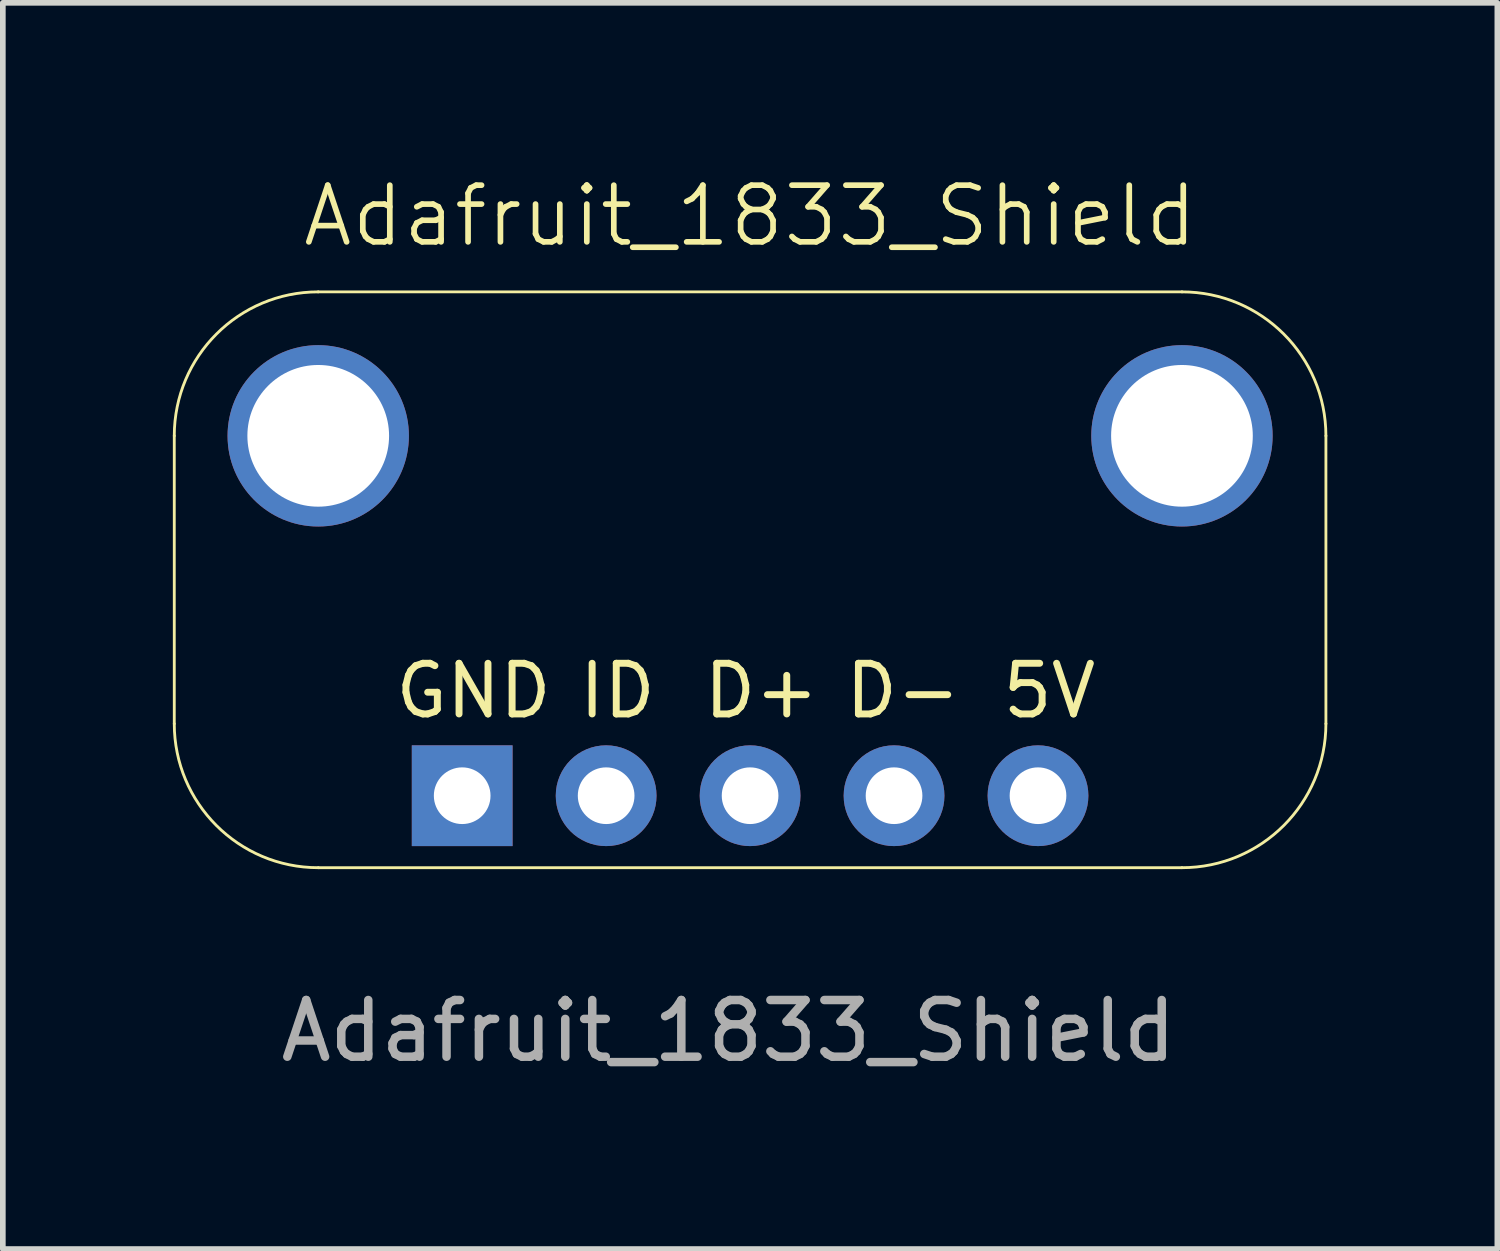
<source format=kicad_pcb>
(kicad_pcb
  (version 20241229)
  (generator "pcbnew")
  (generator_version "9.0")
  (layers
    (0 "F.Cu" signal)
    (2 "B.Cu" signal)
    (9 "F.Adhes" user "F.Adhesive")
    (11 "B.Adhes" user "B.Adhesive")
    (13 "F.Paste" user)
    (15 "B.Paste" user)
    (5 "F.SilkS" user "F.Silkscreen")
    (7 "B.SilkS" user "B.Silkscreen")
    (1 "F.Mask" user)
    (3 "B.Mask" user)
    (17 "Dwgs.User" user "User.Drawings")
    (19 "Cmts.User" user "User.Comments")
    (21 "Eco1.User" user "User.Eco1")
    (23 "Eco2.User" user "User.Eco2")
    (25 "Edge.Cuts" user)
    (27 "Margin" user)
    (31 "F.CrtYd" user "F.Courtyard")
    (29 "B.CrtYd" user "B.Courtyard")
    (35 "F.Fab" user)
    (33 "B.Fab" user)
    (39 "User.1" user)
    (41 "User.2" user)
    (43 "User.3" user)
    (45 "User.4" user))
  (footprint "Adafruit_1833_Shield"
    (layer "F.Cu")
    (at 10.185 7.24)
    (property "Reference" "Adafruit_1833_Shield" (at 0 -6.48 0) (unlocked yes) (layer "F.SilkS") (effects (font (size 1 1) (thickness 0.1))))
    (attr through_hole)
    (fp_line (start -10.16 2.48) (end -10.16 -2.6) (stroke (width 0.05) (type solid)) (layer "F.SilkS"))
    (fp_line (start -7.62 -5.14) (end 7.62 -5.14) (stroke (width 0.05) (type solid)) (layer "F.SilkS"))
    (fp_line (start 7.62 5.02) (end -7.62 5.02) (stroke (width 0.05) (type solid)) (layer "F.SilkS"))
    (fp_line (start 10.16 -2.6) (end 10.16 2.48) (stroke (width 0.05) (type solid)) (layer "F.SilkS"))
    (fp_arc (start -10.16 -2.6) (mid -9.416051 -4.396051) (end -7.62 -5.14) (stroke (width 0.05) (type solid)) (layer "F.SilkS"))
    (fp_arc (start -7.62 5.02) (mid -9.416051 4.276051) (end -10.16 2.48) (stroke (width 0.05) (type solid)) (layer "F.SilkS"))
    (fp_arc (start 7.62 -5.14) (mid 9.416051 -4.396051) (end 10.16 -2.6) (stroke (width 0.05) (type solid)) (layer "F.SilkS"))
    (fp_arc (start 10.16 2.48) (mid 9.416051 4.276051) (end 7.62 5.02) (stroke (width 0.05) (type solid)) (layer "F.SilkS"))
    (fp_text user "ID" (at -2.34 1.9 0) (unlocked yes) (layer "F.SilkS") (effects (font (size 0.894 0.894) (thickness 0.122))))
    (fp_text user "D+" (at 0.2 1.9 0) (unlocked yes) (layer "F.SilkS") (effects (font (size 0.894 0.894) (thickness 0.122))))
    (fp_text user "5V" (at 5.28 1.9 0) (unlocked yes) (layer "F.SilkS") (effects (font (size 0.894 0.894) (thickness 0.122))))
    (fp_text user "GND" (at -4.88 1.9 0) (unlocked yes) (layer "F.SilkS") (effects (font (size 0.894 0.894) (thickness 0.122))))
    (fp_text user "D-" (at 2.699 1.9 0) (unlocked yes) (layer "F.SilkS") (effects (font (size 0.894 0.894) (thickness 0.122))))
    (fp_text user "${REFERENCE}" (at -0.38 7.9 0) (unlocked yes) (layer "F.Fab") (effects (font (size 1 1) (thickness 0.15))))
    (pad "1" thru_hole rect (at -5.08 3.75 90) (size 1.778 1.778) (drill 1) (layers "*.Cu" "*.Mask"))
    (pad "2" thru_hole circle (at -2.54 3.75 90) (size 1.778 1.778) (drill 1) (layers "*.Cu" "*.Mask"))
    (pad "3" thru_hole circle (at 0 3.75 90) (size 1.778 1.778) (drill 1) (layers "*.Cu" "*.Mask"))
    (pad "4" thru_hole circle (at 2.54 3.75 90) (size 1.778 1.778) (drill 1) (layers "*.Cu" "*.Mask"))
    (pad "5" thru_hole circle (at 5.08 3.75 90) (size 1.778 1.778) (drill 1) (layers "*.Cu" "*.Mask"))
    (pad "P$1" thru_hole circle (at -7.62 -2.6) (size 3.2 3.2) (drill 2.5) (layers "*.Cu" "*.Mask"))
    (pad "P$1" thru_hole circle (at 7.62 -2.6) (size 3.2 3.2) (drill 2.5) (layers "*.Cu" "*.Mask")))
  (gr_rect
    (start -3 -3)
    (end 23.37 18.989)
    (stroke (width 0.1) (type default))
    (fill no)
    (layer "Edge.Cuts")))
</source>
